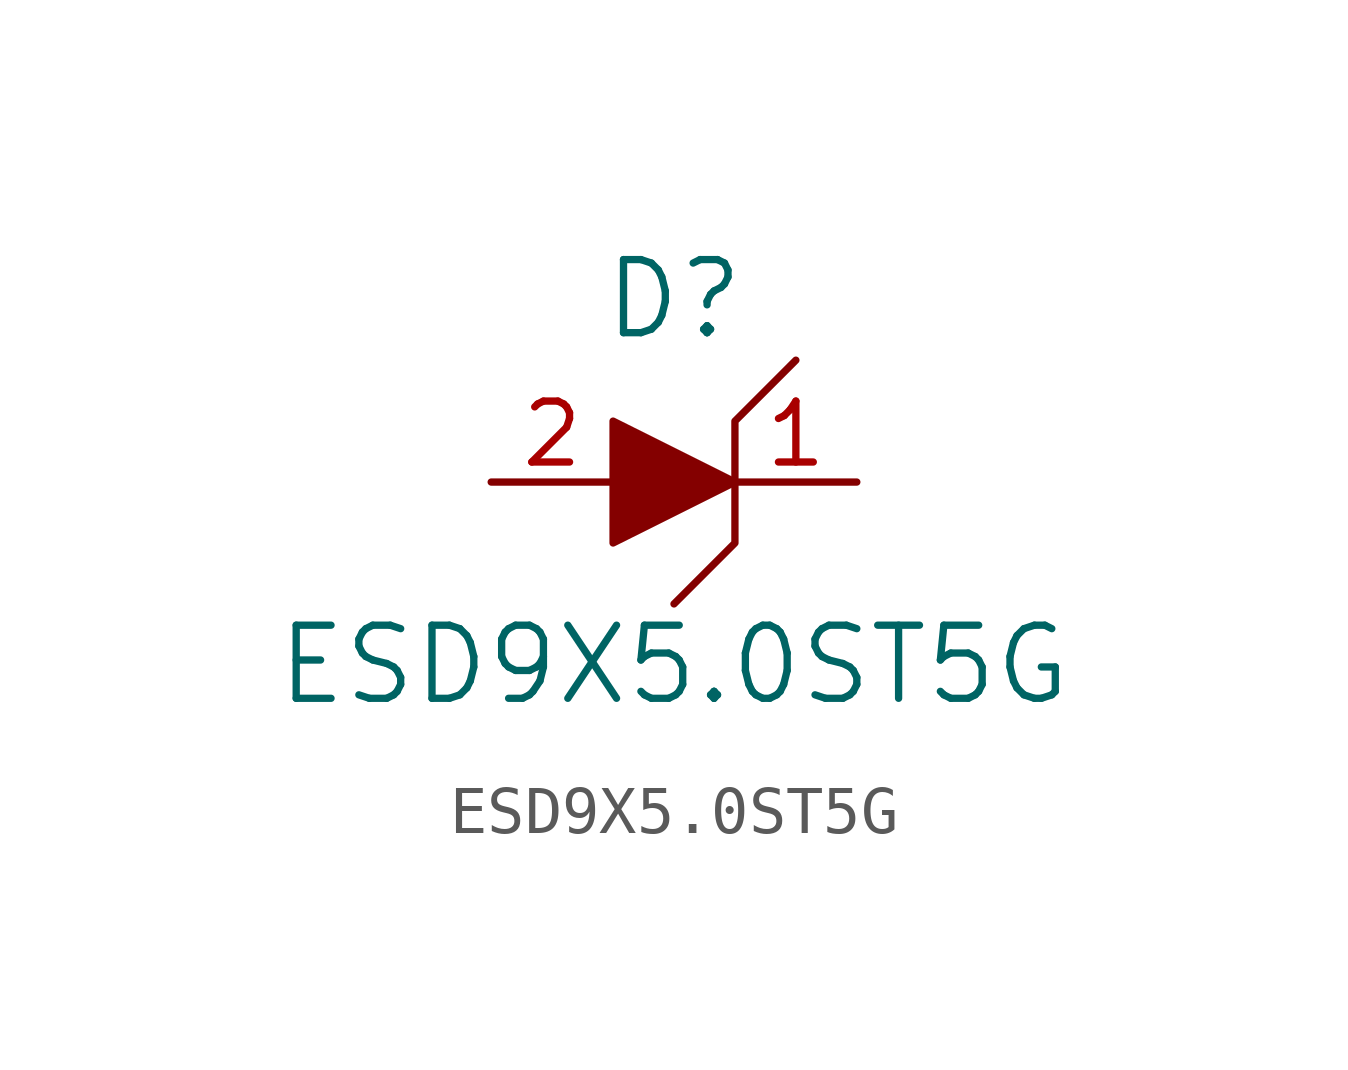
<source format=kicad_sym>
(kicad_symbol_lib
  (version 20220914)
  (generator kicad_symbol_editor)
  (symbol "ESD9X5.0ST5G"
    (pin_names
      (offset 1.016))
    (property "Reference" "D"
      (at 0 3.81 0)
      (effects (font (size 1.524 1.524))))
    (property "Value" "ESD9X5.0ST5G"
      (at 0 -3.81 0)
      (effects (font (size 1.524 1.524))))
    (symbol "ESD9X5.0ST5G_0_1"
      (polyline (pts (xy -1.27 1.27) (xy -1.27 -1.27) (xy 1.27 0) (xy -1.27 1.27)) (stroke (width 0) (type default)) (fill (type outline)))
      (polyline (pts (xy 2.54 2.54) (xy 1.27 1.27) (xy 1.27 -1.27) (xy 0 -2.54)) (stroke (width 0) (type default)) (fill (type none))))
    (symbol "ESD9X5.0ST5G_1_1"
      (pin bidirectional line (at 3.81 0 180) (length 2.54) (name "~" (effects (font (size 1.27 1.27)))) (number "1" (effects (font (size 1.27 1.27)))))
      (pin bidirectional line (at -3.81 0 0) (length 2.54) (name "~" (effects (font (size 1.27 1.27)))) (number "2" (effects (font (size 1.27 1.27))))))))
</source>
